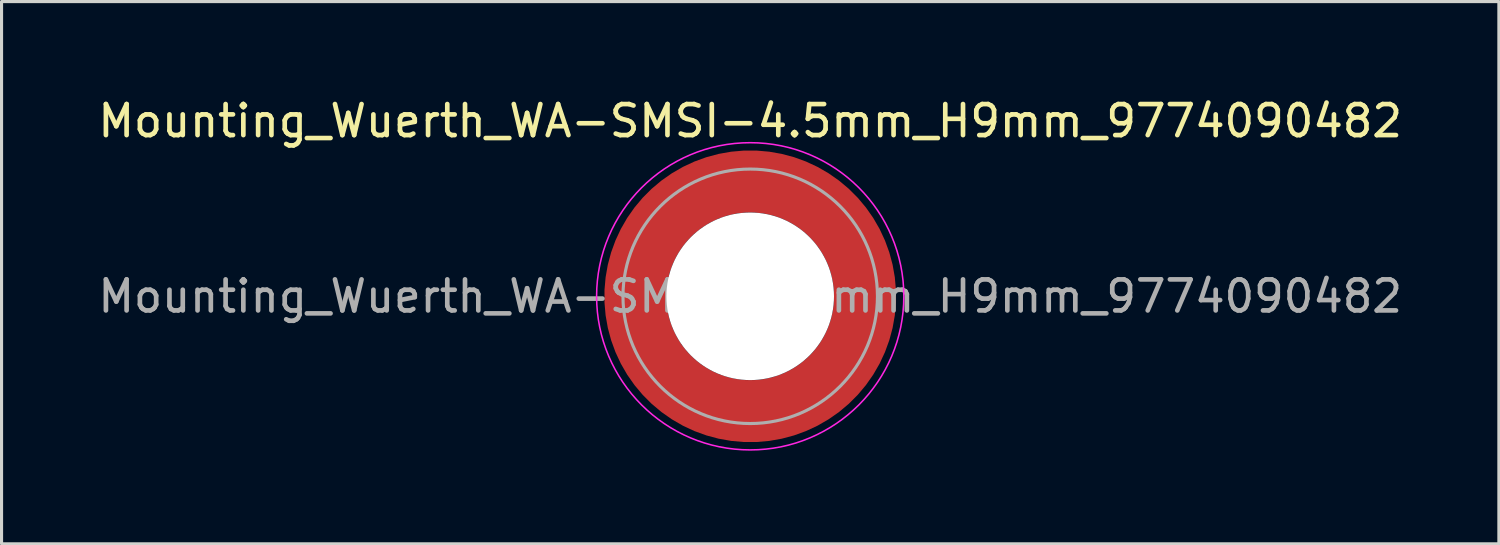
<source format=kicad_pcb>
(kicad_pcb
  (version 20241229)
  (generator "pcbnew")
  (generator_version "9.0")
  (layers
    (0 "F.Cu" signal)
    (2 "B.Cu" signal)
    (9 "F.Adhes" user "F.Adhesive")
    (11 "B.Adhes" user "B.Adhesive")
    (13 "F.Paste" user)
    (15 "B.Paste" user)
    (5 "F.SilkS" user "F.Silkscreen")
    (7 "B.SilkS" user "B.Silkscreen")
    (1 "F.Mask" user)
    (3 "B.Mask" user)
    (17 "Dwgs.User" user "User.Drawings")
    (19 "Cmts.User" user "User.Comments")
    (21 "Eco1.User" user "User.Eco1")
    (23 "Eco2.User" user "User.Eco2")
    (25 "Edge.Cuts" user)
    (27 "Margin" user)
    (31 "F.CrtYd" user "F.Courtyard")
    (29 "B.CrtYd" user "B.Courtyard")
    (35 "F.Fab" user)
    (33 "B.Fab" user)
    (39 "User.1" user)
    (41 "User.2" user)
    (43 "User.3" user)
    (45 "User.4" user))
  (footprint "Mounting_Wuerth_WA-SMSI-4.5mm_H9mm_9774090482"
    (layer "F.Cu")
    (at 21.125 6.498)
    (property "Reference" "Mounting_Wuerth_WA-SMSI-4.5mm_H9mm_9774090482" (at 0 -5.65 0) (layer "F.SilkS") (effects (font (size 1 1) (thickness 0.15))))
    (attr smd allow_soldermask_bridges)
    (fp_circle (center 0 0) (end 4.95 0) (stroke (width 0.05) (type solid)) (fill no) (layer "F.CrtYd"))
    (fp_circle (center 0 0) (end 4.1 0) (stroke (width 0.1) (type solid)) (fill no) (layer "F.Fab"))
    (fp_text user "${REFERENCE}" (at 0 0 0) (layer "F.Fab") (effects (font (size 1 1) (thickness 0.15))))
    (pad "" smd custom (at -2.607 -2.607) (size 0.948 0.948) (layers "F.Paste") (options (anchor circle)) (primitives (gr_arc (start -0.188183 2.107456) (mid 0.599273 0.599273) (end 2.107456 -0.188183) (width 0.2)) (gr_arc (start -0.289416 2.107456) (mid 0.52877 0.52877) (end 2.107456 -0.289416) (width 0.2)) (gr_arc (start -0.390547 2.107456) (mid 0.458268 0.458268) (end 2.107456 -0.390547) (width 0.2)) (gr_arc (start -0.491585 2.107456) (mid 0.387765 0.387765) (end 2.107456 -0.491585) (width 0.2)) (gr_arc (start -0.59254 2.107456) (mid 0.317262 0.317262) (end 2.107456 -0.59254) (width 0.2)) (gr_arc (start -0.693419 2.107456) (mid 0.246759 0.246759) (end 2.107456 -0.693419) (width 0.2)) (gr_arc (start -0.794229 2.107456) (mid 0.176257 0.176257) (end 2.107456 -0.794229) (width 0.2)) (gr_arc (start -0.894975 2.107456) (mid 0.105754 0.105754) (end 2.107456 -0.894975) (width 0.2)) (gr_arc (start -0.995664 2.107456) (mid 0.035251 0.035251) (end 2.107456 -0.995664) (width 0.2)) (gr_arc (start -1.0963 2.107456) (mid -0.035251 -0.035251) (end 2.107456 -1.0963) (width 0.2)) (gr_arc (start -1.196886 2.107456) (mid -0.105754 -0.105754) (end 2.107456 -1.196886) (width 0.2)) (gr_arc (start -1.297427 2.107456) (mid -0.176257 -0.176257) (end 2.107456 -1.297427) (width 0.2)) (gr_arc (start -1.397927 2.107456) (mid -0.246759 -0.246759) (end 2.107456 -1.397927) (width 0.2)) (gr_arc (start -1.498388 2.107456) (mid -0.317262 -0.317262) (end 2.107456 -1.498388) (width 0.2)) (gr_arc (start -1.598813 2.107456) (mid -0.387765 -0.387765) (end 2.107456 -1.598813) (width 0.2)) (gr_arc (start -1.699204 2.107456) (mid -0.458268 -0.458268) (end 2.107456 -1.699204) (width 0.2)) (gr_arc (start -1.799565 2.107456) (mid -0.52877 -0.52877) (end 2.107456 -1.799565) (width 0.2)) (gr_arc (start -1.899896 2.107456) (mid -0.599273 -0.599273) (end 2.107456 -1.899896) (width 0.2)) (gr_arc (start -1.899896 2.107456) (mid -0.599273 -0.599273) (end 2.107456 -1.899896) (width 0.2)) (gr_line (start 2.107 -0.188) (end 2.107 -1.9) (width 0.2)) (gr_line (start -0.188 2.107) (end -1.9 2.107) (width 0.2))))
    (pad "" smd custom (at -2.607 2.607) (size 0.948 0.948) (layers "F.Paste") (options (anchor circle)) (primitives (gr_arc (start 2.107456 0.188183) (mid 0.599273 -0.599273) (end -0.188183 -2.107456) (width 0.2)) (gr_arc (start 2.107456 0.289416) (mid 0.52877 -0.52877) (end -0.289416 -2.107456) (width 0.2)) (gr_arc (start 2.107456 0.390547) (mid 0.458268 -0.458268) (end -0.390547 -2.107456) (width 0.2)) (gr_arc (start 2.107456 0.491585) (mid 0.387765 -0.387765) (end -0.491585 -2.107456) (width 0.2)) (gr_arc (start 2.107456 0.59254) (mid 0.317262 -0.317262) (end -0.59254 -2.107456) (width 0.2)) (gr_arc (start 2.107456 0.693419) (mid 0.246759 -0.246759) (end -0.693419 -2.107456) (width 0.2)) (gr_arc (start 2.107456 0.794229) (mid 0.176257 -0.176257) (end -0.794229 -2.107456) (width 0.2)) (gr_arc (start 2.107456 0.894975) (mid 0.105754 -0.105754) (end -0.894975 -2.107456) (width 0.2)) (gr_arc (start 2.107456 0.995664) (mid 0.035251 -0.035251) (end -0.995664 -2.107456) (width 0.2)) (gr_arc (start 2.107456 1.0963) (mid -0.035251 0.035251) (end -1.0963 -2.107456) (width 0.2)) (gr_arc (start 2.107456 1.196886) (mid -0.105754 0.105754) (end -1.196886 -2.107456) (width 0.2)) (gr_arc (start 2.107456 1.297427) (mid -0.176257 0.176257) (end -1.297427 -2.107456) (width 0.2)) (gr_arc (start 2.107456 1.397927) (mid -0.246759 0.246759) (end -1.397927 -2.107456) (width 0.2)) (gr_arc (start 2.107456 1.498388) (mid -0.317262 0.317262) (end -1.498388 -2.107456) (width 0.2)) (gr_arc (start 2.107456 1.598813) (mid -0.387765 0.387765) (end -1.598813 -2.107456) (width 0.2)) (gr_arc (start 2.107456 1.699204) (mid -0.458268 0.458268) (end -1.699204 -2.107456) (width 0.2)) (gr_arc (start 2.107456 1.799565) (mid -0.52877 0.52877) (end -1.799565 -2.107456) (width 0.2)) (gr_arc (start 2.107456 1.899896) (mid -0.599273 0.599273) (end -1.899896 -2.107456) (width 0.2)) (gr_arc (start 2.107456 1.899896) (mid -0.599273 0.599273) (end -1.899896 -2.107456) (width 0.2)) (gr_line (start -0.188 -2.107) (end -1.9 -2.107) (width 0.2)) (gr_line (start 2.107 0.188) (end 2.107 1.9) (width 0.2))))
    (pad "" np_thru_hole circle (at 0 0) (size 5.4 5.4) (drill 5.4) (layers "*.Cu" "*.Mask"))
    (pad "" smd custom (at 2.607 -2.607) (size 0.948 0.948) (layers "F.Paste") (options (anchor circle)) (primitives (gr_arc (start -2.107456 -0.188183) (mid -0.599273 0.599273) (end 0.188183 2.107456) (width 0.2)) (gr_arc (start -2.107456 -0.289416) (mid -0.52877 0.52877) (end 0.289416 2.107456) (width 0.2)) (gr_arc (start -2.107456 -0.390547) (mid -0.458268 0.458268) (end 0.390547 2.107456) (width 0.2)) (gr_arc (start -2.107456 -0.491585) (mid -0.387765 0.387765) (end 0.491585 2.107456) (width 0.2)) (gr_arc (start -2.107456 -0.59254) (mid -0.317262 0.317262) (end 0.59254 2.107456) (width 0.2)) (gr_arc (start -2.107456 -0.693419) (mid -0.246759 0.246759) (end 0.693419 2.107456) (width 0.2)) (gr_arc (start -2.107456 -0.794229) (mid -0.176257 0.176257) (end 0.794229 2.107456) (width 0.2)) (gr_arc (start -2.107456 -0.894975) (mid -0.105754 0.105754) (end 0.894975 2.107456) (width 0.2)) (gr_arc (start -2.107456 -0.995664) (mid -0.035251 0.035251) (end 0.995664 2.107456) (width 0.2)) (gr_arc (start -2.107456 -1.0963) (mid 0.035251 -0.035251) (end 1.0963 2.107456) (width 0.2)) (gr_arc (start -2.107456 -1.196886) (mid 0.105754 -0.105754) (end 1.196886 2.107456) (width 0.2)) (gr_arc (start -2.107456 -1.297427) (mid 0.176257 -0.176257) (end 1.297427 2.107456) (width 0.2)) (gr_arc (start -2.107456 -1.397927) (mid 0.246759 -0.246759) (end 1.397927 2.107456) (width 0.2)) (gr_arc (start -2.107456 -1.498388) (mid 0.317262 -0.317262) (end 1.498388 2.107456) (width 0.2)) (gr_arc (start -2.107456 -1.598813) (mid 0.387765 -0.387765) (end 1.598813 2.107456) (width 0.2)) (gr_arc (start -2.107456 -1.699204) (mid 0.458268 -0.458268) (end 1.699204 2.107456) (width 0.2)) (gr_arc (start -2.107456 -1.799565) (mid 0.52877 -0.52877) (end 1.799565 2.107456) (width 0.2)) (gr_arc (start -2.107456 -1.899896) (mid 0.599273 -0.599273) (end 1.899896 2.107456) (width 0.2)) (gr_arc (start -2.107456 -1.899896) (mid 0.599273 -0.599273) (end 1.899896 2.107456) (width 0.2)) (gr_line (start 0.188 2.107) (end 1.9 2.107) (width 0.2)) (gr_line (start -2.107 -0.188) (end -2.107 -1.9) (width 0.2))))
    (pad "" smd custom (at 2.607 2.607) (size 0.948 0.948) (layers "F.Paste") (options (anchor circle)) (primitives (gr_arc (start 0.188183 -2.107456) (mid -0.599273 -0.599273) (end -2.107456 0.188183) (width 0.2)) (gr_arc (start 0.289416 -2.107456) (mid -0.52877 -0.52877) (end -2.107456 0.289416) (width 0.2)) (gr_arc (start 0.390547 -2.107456) (mid -0.458268 -0.458268) (end -2.107456 0.390547) (width 0.2)) (gr_arc (start 0.491585 -2.107456) (mid -0.387765 -0.387765) (end -2.107456 0.491585) (width 0.2)) (gr_arc (start 0.59254 -2.107456) (mid -0.317262 -0.317262) (end -2.107456 0.59254) (width 0.2)) (gr_arc (start 0.693419 -2.107456) (mid -0.246759 -0.246759) (end -2.107456 0.693419) (width 0.2)) (gr_arc (start 0.794229 -2.107456) (mid -0.176257 -0.176257) (end -2.107456 0.794229) (width 0.2)) (gr_arc (start 0.894975 -2.107456) (mid -0.105754 -0.105754) (end -2.107456 0.894975) (width 0.2)) (gr_arc (start 0.995664 -2.107456) (mid -0.035251 -0.035251) (end -2.107456 0.995664) (width 0.2)) (gr_arc (start 1.0963 -2.107456) (mid 0.035251 0.035251) (end -2.107456 1.0963) (width 0.2)) (gr_arc (start 1.196886 -2.107456) (mid 0.105754 0.105754) (end -2.107456 1.196886) (width 0.2)) (gr_arc (start 1.297427 -2.107456) (mid 0.176257 0.176257) (end -2.107456 1.297427) (width 0.2)) (gr_arc (start 1.397927 -2.107456) (mid 0.246759 0.246759) (end -2.107456 1.397927) (width 0.2)) (gr_arc (start 1.498388 -2.107456) (mid 0.317262 0.317262) (end -2.107456 1.498388) (width 0.2)) (gr_arc (start 1.598813 -2.107456) (mid 0.387765 0.387765) (end -2.107456 1.598813) (width 0.2)) (gr_arc (start 1.699204 -2.107456) (mid 0.458268 0.458268) (end -2.107456 1.699204) (width 0.2)) (gr_arc (start 1.799565 -2.107456) (mid 0.52877 0.52877) (end -2.107456 1.799565) (width 0.2)) (gr_arc (start 1.899896 -2.107456) (mid 0.599273 0.599273) (end -2.107456 1.899896) (width 0.2)) (gr_arc (start 1.899896 -2.107456) (mid 0.599273 0.599273) (end -2.107456 1.899896) (width 0.2)) (gr_line (start -2.107 0.188) (end -2.107 1.9) (width 0.2)) (gr_line (start 0.188 -2.107) (end 1.9 -2.107) (width 0.2))))
    (pad "1" smd circle (at -3.7 0) (size 1.492 1.492) (layers "F.Cu"))
    (pad "1" smd circle (at 0 -3.7) (size 1.492 1.492) (layers "F.Cu"))
    (pad "1" smd circle (at 0 3.7) (size 1.492 1.492) (layers "F.Cu"))
    (pad "1" smd custom (at 3.7 0) (size 2 2) (layers "F.Cu" "F.Mask") (options (anchor circle)) (primitives (gr_circle (center -3.7 0) (end 0 0) (width 2) (fill no)))))
  (gr_rect
    (start -3 -3)
    (end 45.25 14.473)
    (stroke (width 0.1) (type default))
    (fill no)
    (layer "Edge.Cuts")))
</source>
